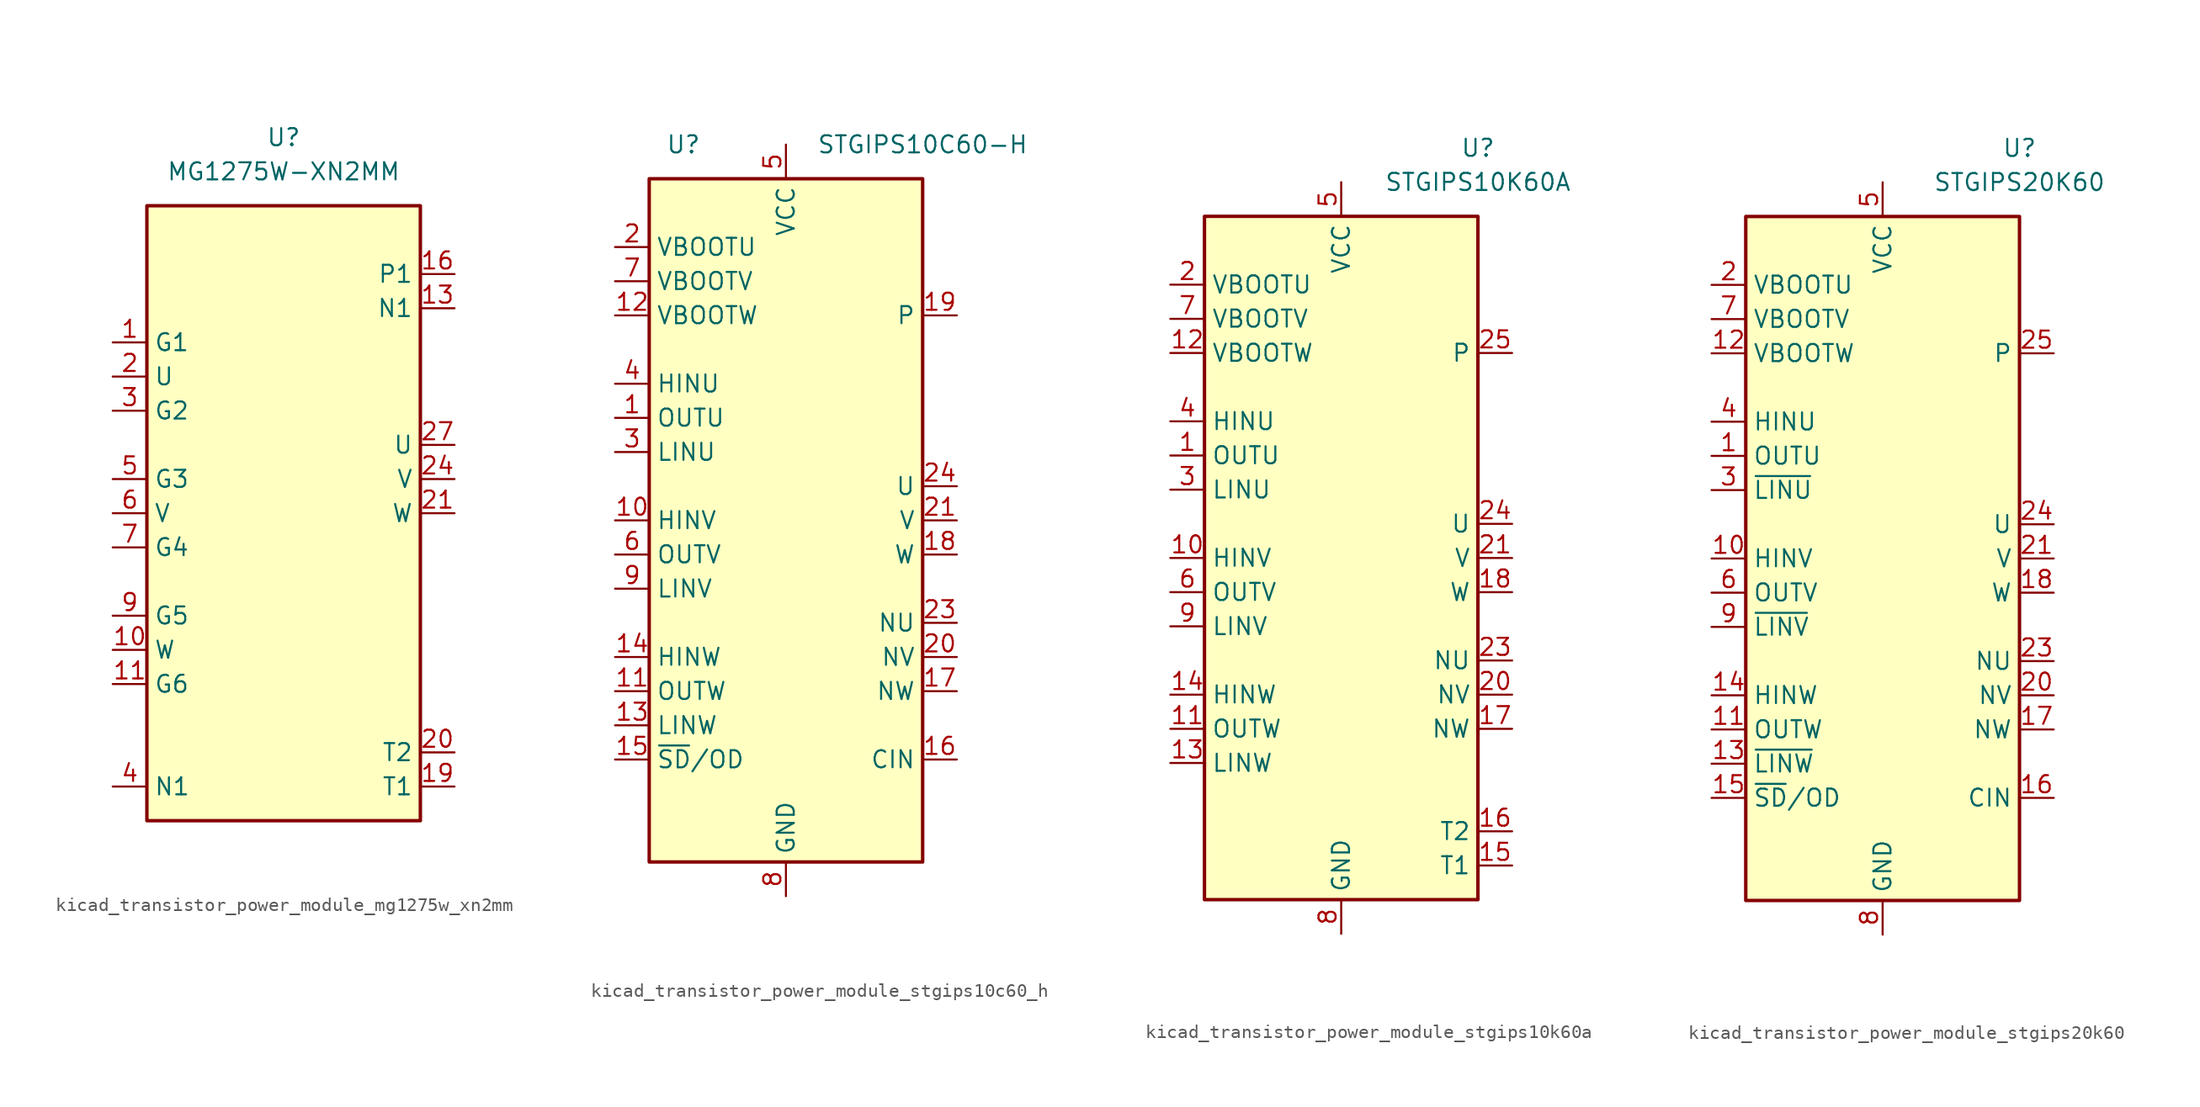
<source format=kicad_sym>
(kicad_symbol_lib
  (version 20220914)
  (generator kicad_symbol_editor)
  (symbol "kicad_transistor_power_module_mg1275w_xn2mm"
    (property "Reference" "U"
      (at 0 27.94 0)
      (effects (font (size 1.27 1.27))))
    (property "Value" "MG1275W-XN2MM"
      (at 0 25.4 0)
      (effects (font (size 1.27 1.27))))
    (symbol "kicad_transistor_power_module_mg1275w_xn2mm_0_0"
      (pin passive line (at 12.7 15.24 180) (length 2.54) (name "N1" (effects (font (size 1.27 1.27)))) (number "13" (effects (font (size 1.27 1.27)))))
      (pin passive line (at 12.7 15.24 180) (length 2.54) hide (name "N1" (effects (font (size 1.27 1.27)))) (number "14" (effects (font (size 1.27 1.27)))))
      (pin passive line (at 12.7 15.24 180) (length 2.54) hide (name "N1" (effects (font (size 1.27 1.27)))) (number "15" (effects (font (size 1.27 1.27)))))
      (pin passive line (at 12.7 17.78 180) (length 2.54) (name "P1" (effects (font (size 1.27 1.27)))) (number "16" (effects (font (size 1.27 1.27)))))
      (pin passive line (at 12.7 17.78 180) (length 2.54) hide (name "P1" (effects (font (size 1.27 1.27)))) (number "17" (effects (font (size 1.27 1.27)))))
      (pin passive line (at 12.7 17.78 180) (length 2.54) hide (name "P1" (effects (font (size 1.27 1.27)))) (number "18" (effects (font (size 1.27 1.27)))))
      (pin passive line (at 12.7 -20.32 180) (length 2.54) (name "T1" (effects (font (size 1.27 1.27)))) (number "19" (effects (font (size 1.27 1.27)))))
      (pin passive line (at 12.7 -17.78 180) (length 2.54) (name "T2" (effects (font (size 1.27 1.27)))) (number "20" (effects (font (size 1.27 1.27)))))
      (pin passive line (at 12.7 17.78 180) (length 2.54) hide (name "P1" (effects (font (size 1.27 1.27)))) (number "30" (effects (font (size 1.27 1.27)))))
      (pin passive line (at 12.7 17.78 180) (length 2.54) hide (name "P1" (effects (font (size 1.27 1.27)))) (number "31" (effects (font (size 1.27 1.27)))))
      (pin passive line (at 12.7 17.78 180) (length 2.54) hide (name "P1" (effects (font (size 1.27 1.27)))) (number "32" (effects (font (size 1.27 1.27)))))
      (pin passive line (at 12.7 15.24 180) (length 2.54) hide (name "N1" (effects (font (size 1.27 1.27)))) (number "33" (effects (font (size 1.27 1.27)))))
      (pin passive line (at 12.7 15.24 180) (length 2.54) hide (name "N1" (effects (font (size 1.27 1.27)))) (number "34" (effects (font (size 1.27 1.27)))))
      (pin passive line (at 12.7 15.24 180) (length 2.54) hide (name "N1" (effects (font (size 1.27 1.27)))) (number "35" (effects (font (size 1.27 1.27))))))
    (symbol "kicad_transistor_power_module_mg1275w_xn2mm_1_1"
      (rectangle (start -10.16 22.86) (end 10.16 -22.86) (stroke (width 0.254) (type default)) (fill (type background)))
      (pin passive line (at -12.7 12.7 0) (length 2.54) (name "G1" (effects (font (size 1.27 1.27)))) (number "1" (effects (font (size 1.27 1.27)))))
      (pin passive line (at -12.7 -10.16 0) (length 2.54) (name "W" (effects (font (size 1.27 1.27)))) (number "10" (effects (font (size 1.27 1.27)))))
      (pin passive line (at -12.7 -12.7 0) (length 2.54) (name "G6" (effects (font (size 1.27 1.27)))) (number "11" (effects (font (size 1.27 1.27)))))
      (pin passive line (at -12.7 -20.32 0) (length 2.54) hide (name "N1" (effects (font (size 1.27 1.27)))) (number "12" (effects (font (size 1.27 1.27)))))
      (pin passive line (at -12.7 10.16 0) (length 2.54) (name "U" (effects (font (size 1.27 1.27)))) (number "2" (effects (font (size 1.27 1.27)))))
      (pin passive line (at 12.7 0 180) (length 2.54) (name "W" (effects (font (size 1.27 1.27)))) (number "21" (effects (font (size 1.27 1.27)))))
      (pin passive line (at 12.7 0 180) (length 2.54) hide (name "W" (effects (font (size 1.27 1.27)))) (number "22" (effects (font (size 1.27 1.27)))))
      (pin passive line (at 12.7 0 180) (length 2.54) hide (name "W" (effects (font (size 1.27 1.27)))) (number "23" (effects (font (size 1.27 1.27)))))
      (pin passive line (at 12.7 2.54 180) (length 2.54) (name "V" (effects (font (size 1.27 1.27)))) (number "24" (effects (font (size 1.27 1.27)))))
      (pin passive line (at 12.7 2.54 180) (length 2.54) hide (name "V" (effects (font (size 1.27 1.27)))) (number "25" (effects (font (size 1.27 1.27)))))
      (pin passive line (at 12.7 2.54 180) (length 2.54) hide (name "V" (effects (font (size 1.27 1.27)))) (number "26" (effects (font (size 1.27 1.27)))))
      (pin passive line (at 12.7 5.08 180) (length 2.54) (name "U" (effects (font (size 1.27 1.27)))) (number "27" (effects (font (size 1.27 1.27)))))
      (pin passive line (at 12.7 5.08 180) (length 2.54) hide (name "U" (effects (font (size 1.27 1.27)))) (number "28" (effects (font (size 1.27 1.27)))))
      (pin passive line (at 12.7 5.08 180) (length 2.54) hide (name "U" (effects (font (size 1.27 1.27)))) (number "29" (effects (font (size 1.27 1.27)))))
      (pin passive line (at -12.7 7.62 0) (length 2.54) (name "G2" (effects (font (size 1.27 1.27)))) (number "3" (effects (font (size 1.27 1.27)))))
      (pin passive line (at -12.7 -20.32 0) (length 2.54) (name "N1" (effects (font (size 1.27 1.27)))) (number "4" (effects (font (size 1.27 1.27)))))
      (pin passive line (at -12.7 2.54 0) (length 2.54) (name "G3" (effects (font (size 1.27 1.27)))) (number "5" (effects (font (size 1.27 1.27)))))
      (pin passive line (at -12.7 0 0) (length 2.54) (name "V" (effects (font (size 1.27 1.27)))) (number "6" (effects (font (size 1.27 1.27)))))
      (pin passive line (at -12.7 -2.54 0) (length 2.54) (name "G4" (effects (font (size 1.27 1.27)))) (number "7" (effects (font (size 1.27 1.27)))))
      (pin passive line (at -12.7 -20.32 0) (length 2.54) hide (name "N1" (effects (font (size 1.27 1.27)))) (number "8" (effects (font (size 1.27 1.27)))))
      (pin passive line (at -12.7 -7.62 0) (length 2.54) (name "G5" (effects (font (size 1.27 1.27)))) (number "9" (effects (font (size 1.27 1.27)))))))
  (symbol "kicad_transistor_power_module_stgips10c60_h"
    (property "Reference" "U"
      (at -7.62 27.94 0)
      (effects (font (size 1.27 1.27))))
    (property "Value" "STGIPS10C60-H"
      (at 10.16 27.94 0)
      (effects (font (size 1.27 1.27))))
    (symbol "kicad_transistor_power_module_stgips10c60_h_1_1"
      (rectangle (start -10.16 25.4) (end 10.16 -25.4) (stroke (width 0.254) (type default)) (fill (type background)))
      (pin output line (at -12.7 7.62 0) (length 2.54) (name "OUTU" (effects (font (size 1.27 1.27)))) (number "1" (effects (font (size 1.27 1.27)))))
      (pin input line (at -12.7 0 0) (length 2.54) (name "HINV" (effects (font (size 1.27 1.27)))) (number "10" (effects (font (size 1.27 1.27)))))
      (pin output line (at -12.7 -12.7 0) (length 2.54) (name "OUTW" (effects (font (size 1.27 1.27)))) (number "11" (effects (font (size 1.27 1.27)))))
      (pin passive line (at -12.7 15.24 0) (length 2.54) (name "VBOOTW" (effects (font (size 1.27 1.27)))) (number "12" (effects (font (size 1.27 1.27)))))
      (pin input line (at -12.7 -15.24 0) (length 2.54) (name "LINW" (effects (font (size 1.27 1.27)))) (number "13" (effects (font (size 1.27 1.27)))))
      (pin input line (at -12.7 -10.16 0) (length 2.54) (name "HINW" (effects (font (size 1.27 1.27)))) (number "14" (effects (font (size 1.27 1.27)))))
      (pin input line (at -12.7 -17.78 0) (length 2.54) (name "~{SD}/OD" (effects (font (size 1.27 1.27)))) (number "15" (effects (font (size 1.27 1.27)))))
      (pin input line (at 12.7 -17.78 180) (length 2.54) (name "CIN" (effects (font (size 1.27 1.27)))) (number "16" (effects (font (size 1.27 1.27)))))
      (pin passive line (at 12.7 -12.7 180) (length 2.54) (name "NW" (effects (font (size 1.27 1.27)))) (number "17" (effects (font (size 1.27 1.27)))))
      (pin passive line (at 12.7 -2.54 180) (length 2.54) (name "W" (effects (font (size 1.27 1.27)))) (number "18" (effects (font (size 1.27 1.27)))))
      (pin passive line (at 12.7 15.24 180) (length 2.54) (name "P" (effects (font (size 1.27 1.27)))) (number "19" (effects (font (size 1.27 1.27)))))
      (pin passive line (at -12.7 20.32 0) (length 2.54) (name "VBOOTU" (effects (font (size 1.27 1.27)))) (number "2" (effects (font (size 1.27 1.27)))))
      (pin passive line (at 12.7 -10.16 180) (length 2.54) (name "NV" (effects (font (size 1.27 1.27)))) (number "20" (effects (font (size 1.27 1.27)))))
      (pin passive line (at 12.7 0 180) (length 2.54) (name "V" (effects (font (size 1.27 1.27)))) (number "21" (effects (font (size 1.27 1.27)))))
      (pin passive line (at 12.7 15.24 180) (length 2.54) hide (name "P" (effects (font (size 1.27 1.27)))) (number "22" (effects (font (size 1.27 1.27)))))
      (pin passive line (at 12.7 -7.62 180) (length 2.54) (name "NU" (effects (font (size 1.27 1.27)))) (number "23" (effects (font (size 1.27 1.27)))))
      (pin passive line (at 12.7 2.54 180) (length 2.54) (name "U" (effects (font (size 1.27 1.27)))) (number "24" (effects (font (size 1.27 1.27)))))
      (pin passive line (at 12.7 15.24 180) (length 2.54) hide (name "P" (effects (font (size 1.27 1.27)))) (number "25" (effects (font (size 1.27 1.27)))))
      (pin input line (at -12.7 5.08 0) (length 2.54) (name "LINU" (effects (font (size 1.27 1.27)))) (number "3" (effects (font (size 1.27 1.27)))))
      (pin input line (at -12.7 10.16 0) (length 2.54) (name "HINU" (effects (font (size 1.27 1.27)))) (number "4" (effects (font (size 1.27 1.27)))))
      (pin power_in line (at 0 27.94 270) (length 2.54) (name "VCC" (effects (font (size 1.27 1.27)))) (number "5" (effects (font (size 1.27 1.27)))))
      (pin output line (at -12.7 -2.54 0) (length 2.54) (name "OUTV" (effects (font (size 1.27 1.27)))) (number "6" (effects (font (size 1.27 1.27)))))
      (pin passive line (at -12.7 17.78 0) (length 2.54) (name "VBOOTV" (effects (font (size 1.27 1.27)))) (number "7" (effects (font (size 1.27 1.27)))))
      (pin power_in line (at 0 -27.94 90) (length 2.54) (name "GND" (effects (font (size 1.27 1.27)))) (number "8" (effects (font (size 1.27 1.27)))))
      (pin input line (at -12.7 -5.08 0) (length 2.54) (name "LINV" (effects (font (size 1.27 1.27)))) (number "9" (effects (font (size 1.27 1.27)))))))
  (symbol "kicad_transistor_power_module_stgips10k60a"
    (property "Reference" "U"
      (at 10.16 30.48 0)
      (effects (font (size 1.27 1.27))))
    (property "Value" "STGIPS10K60A"
      (at 10.16 27.94 0)
      (effects (font (size 1.27 1.27))))
    (symbol "kicad_transistor_power_module_stgips10k60a_0_1"
      (rectangle (start -10.16 25.4) (end 10.16 -25.4) (stroke (width 0.254) (type default)) (fill (type background))))
    (symbol "kicad_transistor_power_module_stgips10k60a_1_1"
      (pin output line (at -12.7 7.62 0) (length 2.54) (name "OUTU" (effects (font (size 1.27 1.27)))) (number "1" (effects (font (size 1.27 1.27)))))
      (pin input line (at -12.7 0 0) (length 2.54) (name "HINV" (effects (font (size 1.27 1.27)))) (number "10" (effects (font (size 1.27 1.27)))))
      (pin output line (at -12.7 -12.7 0) (length 2.54) (name "OUTW" (effects (font (size 1.27 1.27)))) (number "11" (effects (font (size 1.27 1.27)))))
      (pin passive line (at -12.7 15.24 0) (length 2.54) (name "VBOOTW" (effects (font (size 1.27 1.27)))) (number "12" (effects (font (size 1.27 1.27)))))
      (pin input line (at -12.7 -15.24 0) (length 2.54) (name "LINW" (effects (font (size 1.27 1.27)))) (number "13" (effects (font (size 1.27 1.27)))))
      (pin input line (at -12.7 -10.16 0) (length 2.54) (name "HINW" (effects (font (size 1.27 1.27)))) (number "14" (effects (font (size 1.27 1.27)))))
      (pin passive line (at 12.7 -22.86 180) (length 2.54) (name "T1" (effects (font (size 1.27 1.27)))) (number "15" (effects (font (size 1.27 1.27)))))
      (pin passive line (at 12.7 -20.32 180) (length 2.54) (name "T2" (effects (font (size 1.27 1.27)))) (number "16" (effects (font (size 1.27 1.27)))))
      (pin passive line (at 12.7 -12.7 180) (length 2.54) (name "NW" (effects (font (size 1.27 1.27)))) (number "17" (effects (font (size 1.27 1.27)))))
      (pin passive line (at 12.7 -2.54 180) (length 2.54) (name "W" (effects (font (size 1.27 1.27)))) (number "18" (effects (font (size 1.27 1.27)))))
      (pin passive line (at 12.7 15.24 180) (length 2.54) hide (name "P" (effects (font (size 1.27 1.27)))) (number "19" (effects (font (size 1.27 1.27)))))
      (pin passive line (at -12.7 20.32 0) (length 2.54) (name "VBOOTU" (effects (font (size 1.27 1.27)))) (number "2" (effects (font (size 1.27 1.27)))))
      (pin passive line (at 12.7 -10.16 180) (length 2.54) (name "NV" (effects (font (size 1.27 1.27)))) (number "20" (effects (font (size 1.27 1.27)))))
      (pin passive line (at 12.7 0 180) (length 2.54) (name "V" (effects (font (size 1.27 1.27)))) (number "21" (effects (font (size 1.27 1.27)))))
      (pin passive line (at 12.7 15.24 180) (length 2.54) hide (name "P" (effects (font (size 1.27 1.27)))) (number "22" (effects (font (size 1.27 1.27)))))
      (pin passive line (at 12.7 -7.62 180) (length 2.54) (name "NU" (effects (font (size 1.27 1.27)))) (number "23" (effects (font (size 1.27 1.27)))))
      (pin passive line (at 12.7 2.54 180) (length 2.54) (name "U" (effects (font (size 1.27 1.27)))) (number "24" (effects (font (size 1.27 1.27)))))
      (pin passive line (at 12.7 15.24 180) (length 2.54) (name "P" (effects (font (size 1.27 1.27)))) (number "25" (effects (font (size 1.27 1.27)))))
      (pin input line (at -12.7 5.08 0) (length 2.54) (name "LINU" (effects (font (size 1.27 1.27)))) (number "3" (effects (font (size 1.27 1.27)))))
      (pin input line (at -12.7 10.16 0) (length 2.54) (name "HINU" (effects (font (size 1.27 1.27)))) (number "4" (effects (font (size 1.27 1.27)))))
      (pin power_in line (at 0 27.94 270) (length 2.54) (name "VCC" (effects (font (size 1.27 1.27)))) (number "5" (effects (font (size 1.27 1.27)))))
      (pin output line (at -12.7 -2.54 0) (length 2.54) (name "OUTV" (effects (font (size 1.27 1.27)))) (number "6" (effects (font (size 1.27 1.27)))))
      (pin passive line (at -12.7 17.78 0) (length 2.54) (name "VBOOTV" (effects (font (size 1.27 1.27)))) (number "7" (effects (font (size 1.27 1.27)))))
      (pin power_in line (at 0 -27.94 90) (length 2.54) (name "GND" (effects (font (size 1.27 1.27)))) (number "8" (effects (font (size 1.27 1.27)))))
      (pin input line (at -12.7 -5.08 0) (length 2.54) (name "LINV" (effects (font (size 1.27 1.27)))) (number "9" (effects (font (size 1.27 1.27)))))))
  (symbol "kicad_transistor_power_module_stgips20k60"
    (property "Reference" "U"
      (at 10.16 30.48 0)
      (effects (font (size 1.27 1.27))))
    (property "Value" "STGIPS20K60"
      (at 10.16 27.94 0)
      (effects (font (size 1.27 1.27))))
    (symbol "kicad_transistor_power_module_stgips20k60_0_1"
      (rectangle (start -10.16 25.4) (end 10.16 -25.4) (stroke (width 0.254) (type default)) (fill (type background))))
    (symbol "kicad_transistor_power_module_stgips20k60_1_1"
      (pin output line (at -12.7 7.62 0) (length 2.54) (name "OUTU" (effects (font (size 1.27 1.27)))) (number "1" (effects (font (size 1.27 1.27)))))
      (pin input line (at -12.7 0 0) (length 2.54) (name "HINV" (effects (font (size 1.27 1.27)))) (number "10" (effects (font (size 1.27 1.27)))))
      (pin output line (at -12.7 -12.7 0) (length 2.54) (name "OUTW" (effects (font (size 1.27 1.27)))) (number "11" (effects (font (size 1.27 1.27)))))
      (pin passive line (at -12.7 15.24 0) (length 2.54) (name "VBOOTW" (effects (font (size 1.27 1.27)))) (number "12" (effects (font (size 1.27 1.27)))))
      (pin input line (at -12.7 -15.24 0) (length 2.54) (name "~{LINW}" (effects (font (size 1.27 1.27)))) (number "13" (effects (font (size 1.27 1.27)))))
      (pin input line (at -12.7 -10.16 0) (length 2.54) (name "HINW" (effects (font (size 1.27 1.27)))) (number "14" (effects (font (size 1.27 1.27)))))
      (pin input line (at -12.7 -17.78 0) (length 2.54) (name "~{SD}/OD" (effects (font (size 1.27 1.27)))) (number "15" (effects (font (size 1.27 1.27)))))
      (pin input line (at 12.7 -17.78 180) (length 2.54) (name "CIN" (effects (font (size 1.27 1.27)))) (number "16" (effects (font (size 1.27 1.27)))))
      (pin passive line (at 12.7 -12.7 180) (length 2.54) (name "NW" (effects (font (size 1.27 1.27)))) (number "17" (effects (font (size 1.27 1.27)))))
      (pin passive line (at 12.7 -2.54 180) (length 2.54) (name "W" (effects (font (size 1.27 1.27)))) (number "18" (effects (font (size 1.27 1.27)))))
      (pin passive line (at 12.7 15.24 180) (length 2.54) hide (name "P" (effects (font (size 1.27 1.27)))) (number "19" (effects (font (size 1.27 1.27)))))
      (pin passive line (at -12.7 20.32 0) (length 2.54) (name "VBOOTU" (effects (font (size 1.27 1.27)))) (number "2" (effects (font (size 1.27 1.27)))))
      (pin passive line (at 12.7 -10.16 180) (length 2.54) (name "NV" (effects (font (size 1.27 1.27)))) (number "20" (effects (font (size 1.27 1.27)))))
      (pin passive line (at 12.7 0 180) (length 2.54) (name "V" (effects (font (size 1.27 1.27)))) (number "21" (effects (font (size 1.27 1.27)))))
      (pin passive line (at 12.7 15.24 180) (length 2.54) hide (name "P" (effects (font (size 1.27 1.27)))) (number "22" (effects (font (size 1.27 1.27)))))
      (pin passive line (at 12.7 -7.62 180) (length 2.54) (name "NU" (effects (font (size 1.27 1.27)))) (number "23" (effects (font (size 1.27 1.27)))))
      (pin passive line (at 12.7 2.54 180) (length 2.54) (name "U" (effects (font (size 1.27 1.27)))) (number "24" (effects (font (size 1.27 1.27)))))
      (pin passive line (at 12.7 15.24 180) (length 2.54) (name "P" (effects (font (size 1.27 1.27)))) (number "25" (effects (font (size 1.27 1.27)))))
      (pin input line (at -12.7 5.08 0) (length 2.54) (name "~{LINU}" (effects (font (size 1.27 1.27)))) (number "3" (effects (font (size 1.27 1.27)))))
      (pin input line (at -12.7 10.16 0) (length 2.54) (name "HINU" (effects (font (size 1.27 1.27)))) (number "4" (effects (font (size 1.27 1.27)))))
      (pin power_in line (at 0 27.94 270) (length 2.54) (name "VCC" (effects (font (size 1.27 1.27)))) (number "5" (effects (font (size 1.27 1.27)))))
      (pin output line (at -12.7 -2.54 0) (length 2.54) (name "OUTV" (effects (font (size 1.27 1.27)))) (number "6" (effects (font (size 1.27 1.27)))))
      (pin passive line (at -12.7 17.78 0) (length 2.54) (name "VBOOTV" (effects (font (size 1.27 1.27)))) (number "7" (effects (font (size 1.27 1.27)))))
      (pin power_in line (at 0 -27.94 90) (length 2.54) (name "GND" (effects (font (size 1.27 1.27)))) (number "8" (effects (font (size 1.27 1.27)))))
      (pin input line (at -12.7 -5.08 0) (length 2.54) (name "~{LINV}" (effects (font (size 1.27 1.27)))) (number "9" (effects (font (size 1.27 1.27))))))))
</source>
